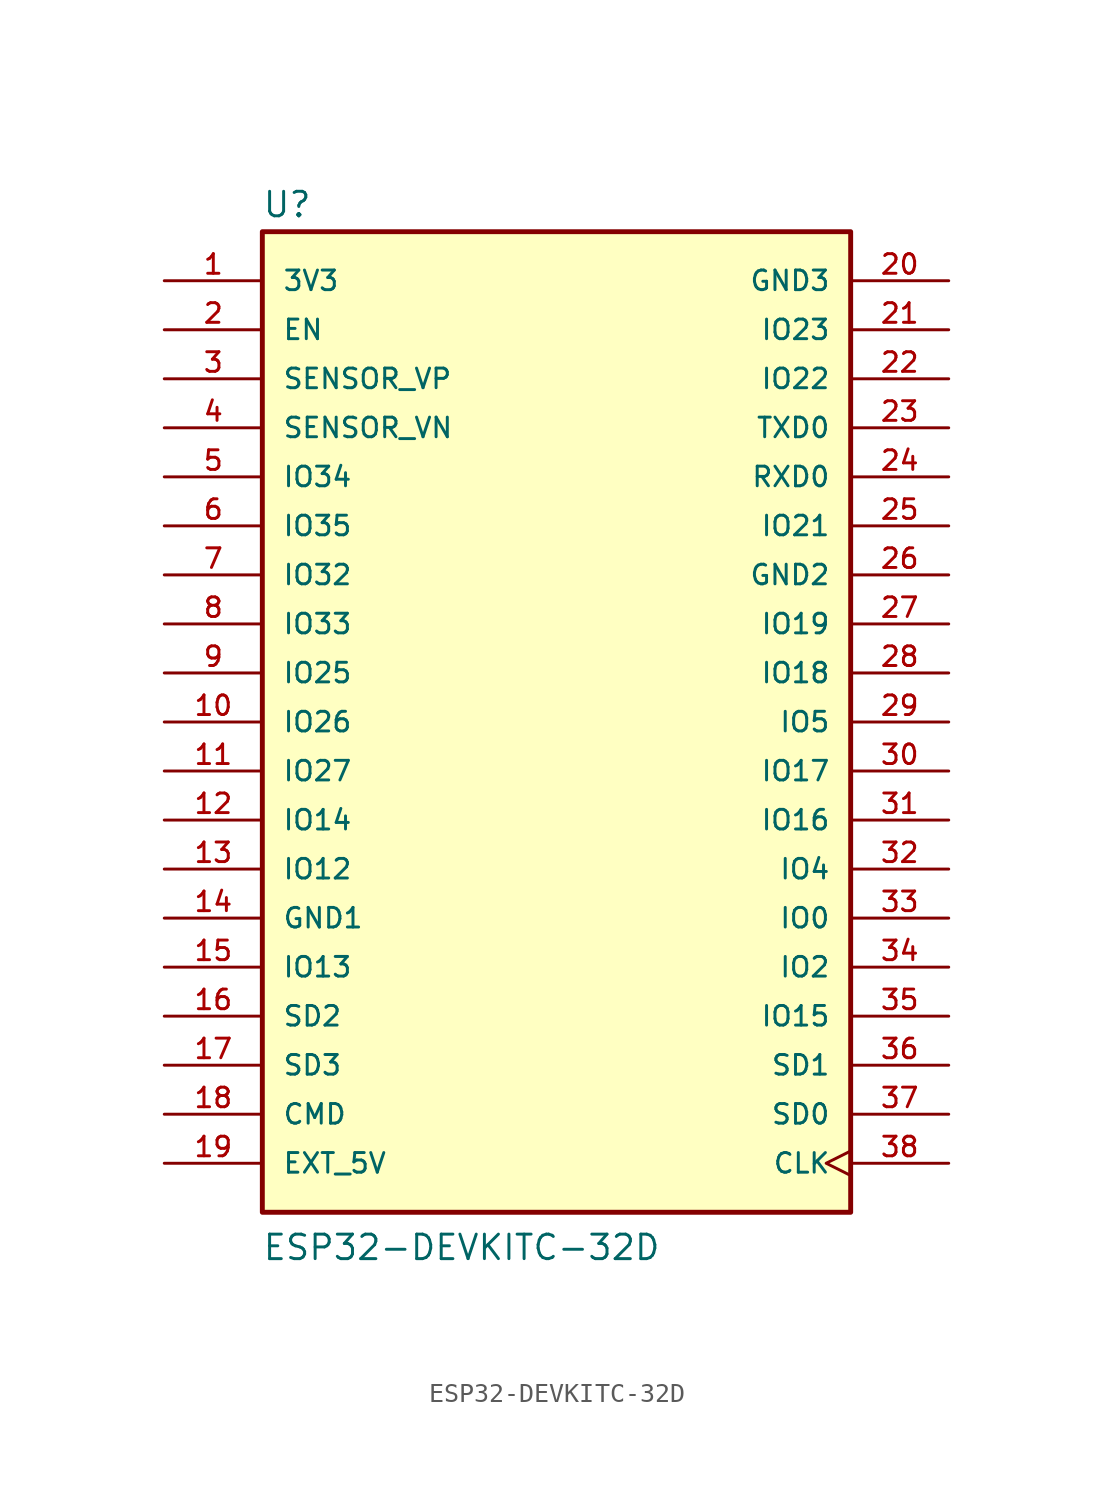
<source format=kicad_sym>
(kicad_symbol_lib
  (version 20211014)
  (generator kicad_symbol_editor)
  (symbol "ESP32-DEVKITC-32D"
    (pin_names
      (offset 1.016))
    (property "Reference" "U"
      (at -15.265 26.06 0)
      (effects (font (size 1.27 1.27)) (justify left bottom)))
    (property "Value" "ESP32-DEVKITC-32D"
      (at -15.265 -27.965 0)
      (effects (font (size 1.27 1.27)) (justify left bottom)))
    (property "ki_locked" ""
      (at 0 0 0)
      (effects (font (size 1.27 1.27))))
    (symbol "ESP32-DEVKITC-32D_0_0"
      (rectangle (start -15.24 -25.4) (end 15.24 25.4) (stroke (width 0.254) (type default) (color 0 0 0 0)) (fill (type background)))
      (pin power_in line (at -20.32 22.86 0) (length 5.08) (name "3V3" (effects (font (size 1.016 1.016)))) (number "1" (effects (font (size 1.016 1.016)))))
      (pin bidirectional line (at -20.32 0 0) (length 5.08) (name "IO26" (effects (font (size 1.016 1.016)))) (number "10" (effects (font (size 1.016 1.016)))))
      (pin bidirectional line (at -20.32 -2.54 0) (length 5.08) (name "IO27" (effects (font (size 1.016 1.016)))) (number "11" (effects (font (size 1.016 1.016)))))
      (pin bidirectional line (at -20.32 -5.08 0) (length 5.08) (name "IO14" (effects (font (size 1.016 1.016)))) (number "12" (effects (font (size 1.016 1.016)))))
      (pin bidirectional line (at -20.32 -7.62 0) (length 5.08) (name "IO12" (effects (font (size 1.016 1.016)))) (number "13" (effects (font (size 1.016 1.016)))))
      (pin power_in line (at -20.32 -10.16 0) (length 5.08) (name "GND1" (effects (font (size 1.016 1.016)))) (number "14" (effects (font (size 1.016 1.016)))))
      (pin bidirectional line (at -20.32 -12.7 0) (length 5.08) (name "IO13" (effects (font (size 1.016 1.016)))) (number "15" (effects (font (size 1.016 1.016)))))
      (pin bidirectional line (at -20.32 -15.24 0) (length 5.08) (name "SD2" (effects (font (size 1.016 1.016)))) (number "16" (effects (font (size 1.016 1.016)))))
      (pin bidirectional line (at -20.32 -17.78 0) (length 5.08) (name "SD3" (effects (font (size 1.016 1.016)))) (number "17" (effects (font (size 1.016 1.016)))))
      (pin bidirectional line (at -20.32 -20.32 0) (length 5.08) (name "CMD" (effects (font (size 1.016 1.016)))) (number "18" (effects (font (size 1.016 1.016)))))
      (pin power_in line (at -20.32 -22.86 0) (length 5.08) (name "EXT_5V" (effects (font (size 1.016 1.016)))) (number "19" (effects (font (size 1.016 1.016)))))
      (pin input line (at -20.32 20.32 0) (length 5.08) (name "EN" (effects (font (size 1.016 1.016)))) (number "2" (effects (font (size 1.016 1.016)))))
      (pin power_in line (at 20.32 22.86 180) (length 5.08) (name "GND3" (effects (font (size 1.016 1.016)))) (number "20" (effects (font (size 1.016 1.016)))))
      (pin bidirectional line (at 20.32 20.32 180) (length 5.08) (name "IO23" (effects (font (size 1.016 1.016)))) (number "21" (effects (font (size 1.016 1.016)))))
      (pin bidirectional line (at 20.32 17.78 180) (length 5.08) (name "IO22" (effects (font (size 1.016 1.016)))) (number "22" (effects (font (size 1.016 1.016)))))
      (pin output line (at 20.32 15.24 180) (length 5.08) (name "TXD0" (effects (font (size 1.016 1.016)))) (number "23" (effects (font (size 1.016 1.016)))))
      (pin input line (at 20.32 12.7 180) (length 5.08) (name "RXD0" (effects (font (size 1.016 1.016)))) (number "24" (effects (font (size 1.016 1.016)))))
      (pin bidirectional line (at 20.32 10.16 180) (length 5.08) (name "IO21" (effects (font (size 1.016 1.016)))) (number "25" (effects (font (size 1.016 1.016)))))
      (pin power_in line (at 20.32 7.62 180) (length 5.08) (name "GND2" (effects (font (size 1.016 1.016)))) (number "26" (effects (font (size 1.016 1.016)))))
      (pin bidirectional line (at 20.32 5.08 180) (length 5.08) (name "IO19" (effects (font (size 1.016 1.016)))) (number "27" (effects (font (size 1.016 1.016)))))
      (pin bidirectional line (at 20.32 2.54 180) (length 5.08) (name "IO18" (effects (font (size 1.016 1.016)))) (number "28" (effects (font (size 1.016 1.016)))))
      (pin bidirectional line (at 20.32 0 180) (length 5.08) (name "IO5" (effects (font (size 1.016 1.016)))) (number "29" (effects (font (size 1.016 1.016)))))
      (pin input line (at -20.32 17.78 0) (length 5.08) (name "SENSOR_VP" (effects (font (size 1.016 1.016)))) (number "3" (effects (font (size 1.016 1.016)))))
      (pin bidirectional line (at 20.32 -2.54 180) (length 5.08) (name "IO17" (effects (font (size 1.016 1.016)))) (number "30" (effects (font (size 1.016 1.016)))))
      (pin bidirectional line (at 20.32 -5.08 180) (length 5.08) (name "IO16" (effects (font (size 1.016 1.016)))) (number "31" (effects (font (size 1.016 1.016)))))
      (pin bidirectional line (at 20.32 -7.62 180) (length 5.08) (name "IO4" (effects (font (size 1.016 1.016)))) (number "32" (effects (font (size 1.016 1.016)))))
      (pin bidirectional line (at 20.32 -10.16 180) (length 5.08) (name "IO0" (effects (font (size 1.016 1.016)))) (number "33" (effects (font (size 1.016 1.016)))))
      (pin bidirectional line (at 20.32 -12.7 180) (length 5.08) (name "IO2" (effects (font (size 1.016 1.016)))) (number "34" (effects (font (size 1.016 1.016)))))
      (pin bidirectional line (at 20.32 -15.24 180) (length 5.08) (name "IO15" (effects (font (size 1.016 1.016)))) (number "35" (effects (font (size 1.016 1.016)))))
      (pin bidirectional line (at 20.32 -17.78 180) (length 5.08) (name "SD1" (effects (font (size 1.016 1.016)))) (number "36" (effects (font (size 1.016 1.016)))))
      (pin bidirectional line (at 20.32 -20.32 180) (length 5.08) (name "SD0" (effects (font (size 1.016 1.016)))) (number "37" (effects (font (size 1.016 1.016)))))
      (pin input clock (at 20.32 -22.86 180) (length 5.08) (name "CLK" (effects (font (size 1.016 1.016)))) (number "38" (effects (font (size 1.016 1.016)))))
      (pin input line (at -20.32 15.24 0) (length 5.08) (name "SENSOR_VN" (effects (font (size 1.016 1.016)))) (number "4" (effects (font (size 1.016 1.016)))))
      (pin bidirectional line (at -20.32 12.7 0) (length 5.08) (name "IO34" (effects (font (size 1.016 1.016)))) (number "5" (effects (font (size 1.016 1.016)))))
      (pin bidirectional line (at -20.32 10.16 0) (length 5.08) (name "IO35" (effects (font (size 1.016 1.016)))) (number "6" (effects (font (size 1.016 1.016)))))
      (pin bidirectional line (at -20.32 7.62 0) (length 5.08) (name "IO32" (effects (font (size 1.016 1.016)))) (number "7" (effects (font (size 1.016 1.016)))))
      (pin bidirectional line (at -20.32 5.08 0) (length 5.08) (name "IO33" (effects (font (size 1.016 1.016)))) (number "8" (effects (font (size 1.016 1.016)))))
      (pin bidirectional line (at -20.32 2.54 0) (length 5.08) (name "IO25" (effects (font (size 1.016 1.016)))) (number "9" (effects (font (size 1.016 1.016))))))))
</source>
